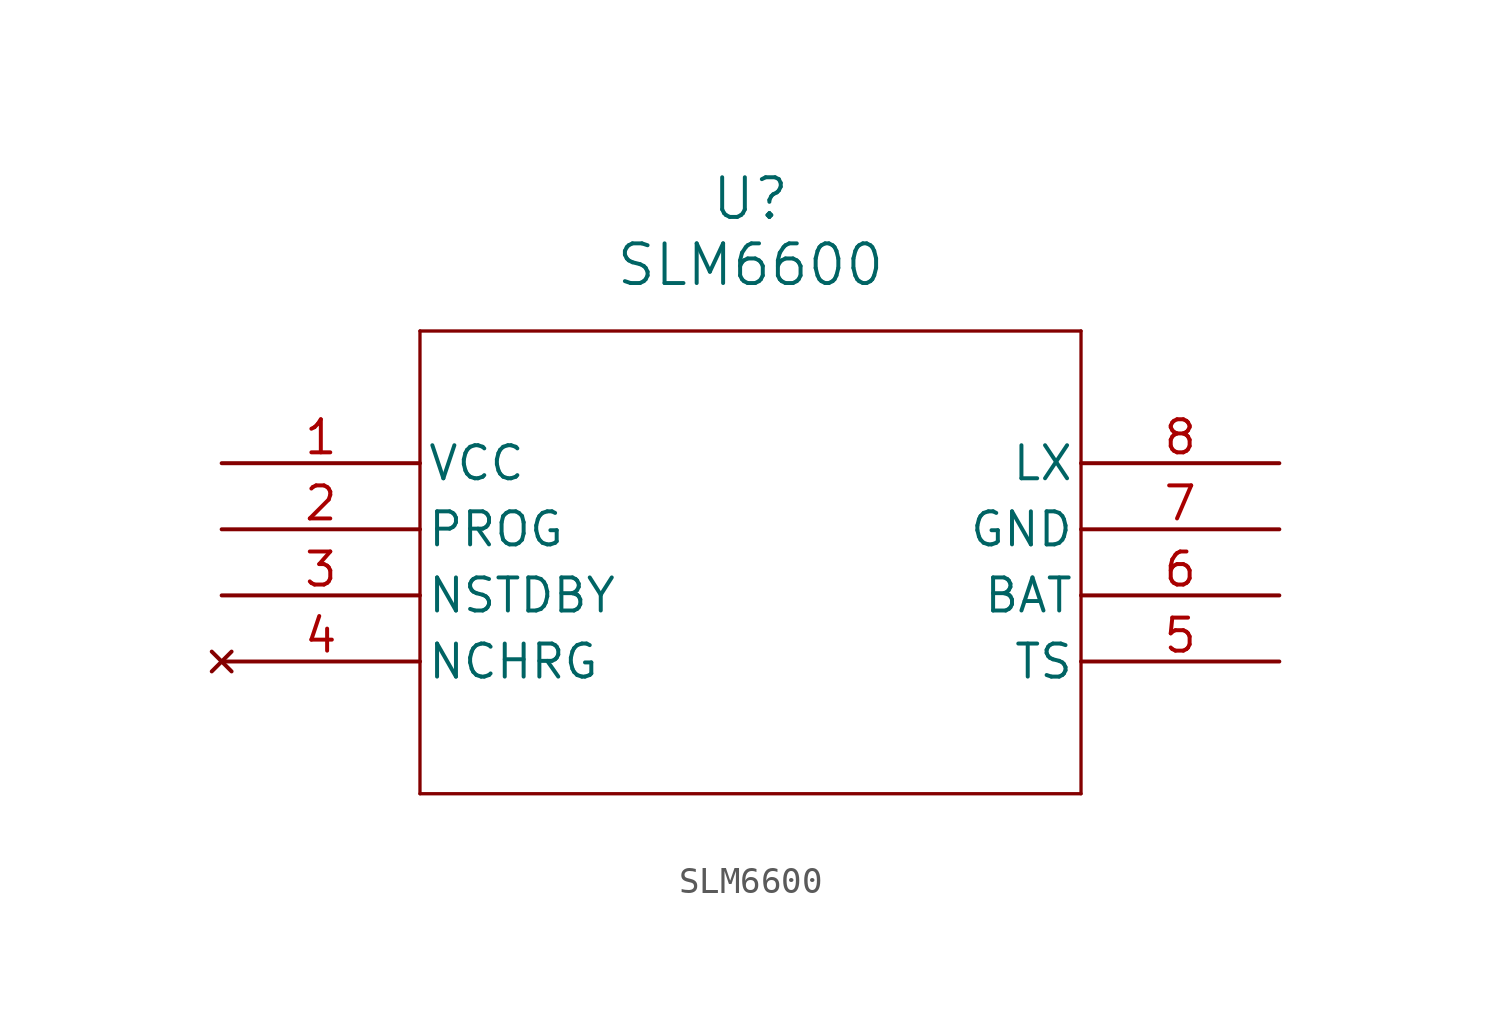
<source format=kicad_sym>
(kicad_symbol_lib
  (version 20211014)
  (generator kicad_symbol_editor)
  (symbol "SLM6600"
    (pin_names
      (offset 0.254))
    (property "Reference" "U"
      (at 20.32 10.16 0)
      (effects (font (size 1.524 1.524))))
    (property "Value" "SLM6600"
      (at 20.32 7.62 0)
      (effects (font (size 1.524 1.524))))
    (symbol "SLM6600_0_1"
      (polyline (pts (xy 7.62 5.08) (xy 7.62 -12.7)) (stroke (width 0.127) (type default) (color 0 0 0 0)) (fill (type none)))
      (polyline (pts (xy 7.62 -12.7) (xy 33.02 -12.7)) (stroke (width 0.127) (type default) (color 0 0 0 0)) (fill (type none)))
      (polyline (pts (xy 33.02 -12.7) (xy 33.02 5.08)) (stroke (width 0.127) (type default) (color 0 0 0 0)) (fill (type none)))
      (polyline (pts (xy 33.02 5.08) (xy 7.62 5.08)) (stroke (width 0.127) (type default) (color 0 0 0 0)) (fill (type none)))
      (pin power_in line (at 0 0 0) (length 7.62) (name "VCC" (effects (font (size 1.27 1.27)))) (number "1" (effects (font (size 1.27 1.27)))))
      (pin unspecified line (at 0 -2.54 0) (length 7.62) (name "PROG" (effects (font (size 1.27 1.27)))) (number "2" (effects (font (size 1.27 1.27)))))
      (pin unspecified line (at 0 -5.08 0) (length 7.62) (name "NSTDBY" (effects (font (size 1.27 1.27)))) (number "3" (effects (font (size 1.27 1.27)))))
      (pin no_connect line (at 0 -7.62 0) (length 7.62) (name "NCHRG" (effects (font (size 1.27 1.27)))) (number "4" (effects (font (size 1.27 1.27)))))
      (pin unspecified line (at 40.64 -7.62 180) (length 7.62) (name "TS" (effects (font (size 1.27 1.27)))) (number "5" (effects (font (size 1.27 1.27)))))
      (pin unspecified line (at 40.64 -5.08 180) (length 7.62) (name "BAT" (effects (font (size 1.27 1.27)))) (number "6" (effects (font (size 1.27 1.27)))))
      (pin power_out line (at 40.64 -2.54 180) (length 7.62) (name "GND" (effects (font (size 1.27 1.27)))) (number "7" (effects (font (size 1.27 1.27)))))
      (pin unspecified line (at 40.64 0 180) (length 7.62) (name "LX" (effects (font (size 1.27 1.27)))) (number "8" (effects (font (size 1.27 1.27))))))))
</source>
